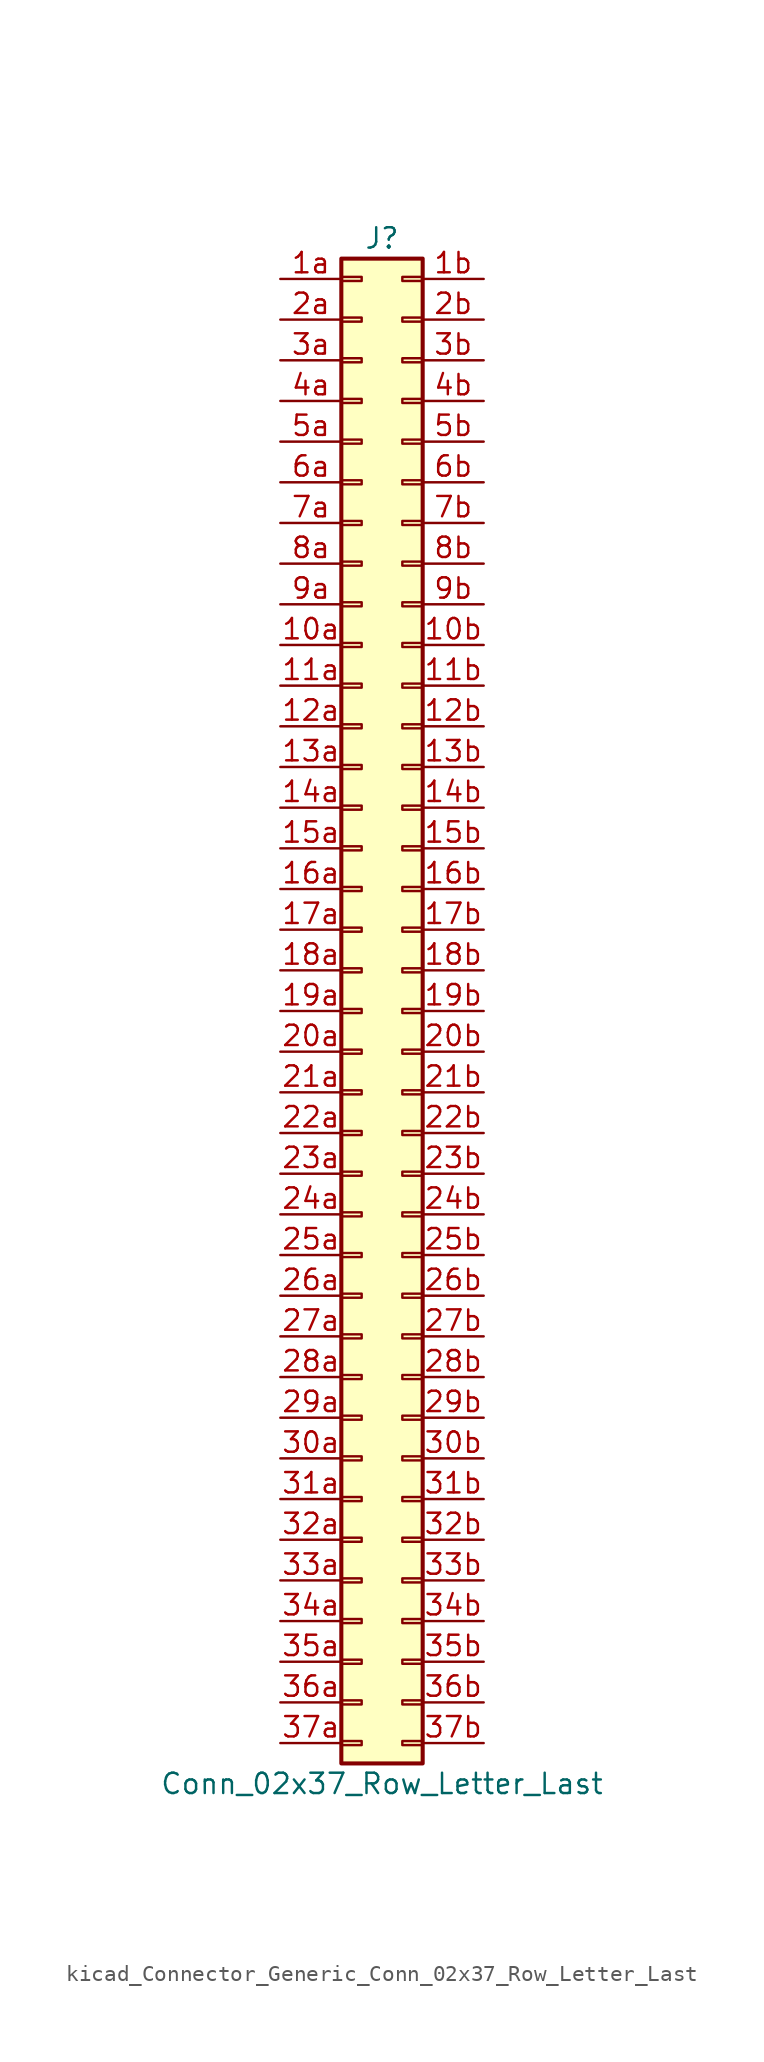
<source format=kicad_sym>
(kicad_symbol_lib
  (version 20220914)
  (generator kicad_symbol_editor)
  (symbol "kicad_Connector_Generic_Conn_02x37_Row_Letter_Last"
    (pin_names
      (offset 1.016) hide)
    (property "Reference" "J"
      (at 1.27 48.26 0)
      (effects (font (size 1.27 1.27))))
    (property "Value" "Conn_02x37_Row_Letter_Last"
      (at 1.27 -48.26 0)
      (effects (font (size 1.27 1.27))))
    (symbol "kicad_Connector_Generic_Conn_02x37_Row_Letter_Last_1_1"
      (rectangle (start -1.27 -45.593) (end 0 -45.847) (stroke (width 0.152) (type default)) (fill (type none)))
      (rectangle (start -1.27 -43.053) (end 0 -43.307) (stroke (width 0.152) (type default)) (fill (type none)))
      (rectangle (start -1.27 -40.513) (end 0 -40.767) (stroke (width 0.152) (type default)) (fill (type none)))
      (rectangle (start -1.27 -37.973) (end 0 -38.227) (stroke (width 0.152) (type default)) (fill (type none)))
      (rectangle (start -1.27 -35.433) (end 0 -35.687) (stroke (width 0.152) (type default)) (fill (type none)))
      (rectangle (start -1.27 -32.893) (end 0 -33.147) (stroke (width 0.152) (type default)) (fill (type none)))
      (rectangle (start -1.27 -30.353) (end 0 -30.607) (stroke (width 0.152) (type default)) (fill (type none)))
      (rectangle (start -1.27 -27.813) (end 0 -28.067) (stroke (width 0.152) (type default)) (fill (type none)))
      (rectangle (start -1.27 -25.273) (end 0 -25.527) (stroke (width 0.152) (type default)) (fill (type none)))
      (rectangle (start -1.27 -22.733) (end 0 -22.987) (stroke (width 0.152) (type default)) (fill (type none)))
      (rectangle (start -1.27 -20.193) (end 0 -20.447) (stroke (width 0.152) (type default)) (fill (type none)))
      (rectangle (start -1.27 -17.653) (end 0 -17.907) (stroke (width 0.152) (type default)) (fill (type none)))
      (rectangle (start -1.27 -15.113) (end 0 -15.367) (stroke (width 0.152) (type default)) (fill (type none)))
      (rectangle (start -1.27 -12.573) (end 0 -12.827) (stroke (width 0.152) (type default)) (fill (type none)))
      (rectangle (start -1.27 -10.033) (end 0 -10.287) (stroke (width 0.152) (type default)) (fill (type none)))
      (rectangle (start -1.27 -7.493) (end 0 -7.747) (stroke (width 0.152) (type default)) (fill (type none)))
      (rectangle (start -1.27 -4.953) (end 0 -5.207) (stroke (width 0.152) (type default)) (fill (type none)))
      (rectangle (start -1.27 -2.413) (end 0 -2.667) (stroke (width 0.152) (type default)) (fill (type none)))
      (rectangle (start -1.27 0.127) (end 0 -0.127) (stroke (width 0.152) (type default)) (fill (type none)))
      (rectangle (start -1.27 2.667) (end 0 2.413) (stroke (width 0.152) (type default)) (fill (type none)))
      (rectangle (start -1.27 5.207) (end 0 4.953) (stroke (width 0.152) (type default)) (fill (type none)))
      (rectangle (start -1.27 7.747) (end 0 7.493) (stroke (width 0.152) (type default)) (fill (type none)))
      (rectangle (start -1.27 10.287) (end 0 10.033) (stroke (width 0.152) (type default)) (fill (type none)))
      (rectangle (start -1.27 12.827) (end 0 12.573) (stroke (width 0.152) (type default)) (fill (type none)))
      (rectangle (start -1.27 15.367) (end 0 15.113) (stroke (width 0.152) (type default)) (fill (type none)))
      (rectangle (start -1.27 17.907) (end 0 17.653) (stroke (width 0.152) (type default)) (fill (type none)))
      (rectangle (start -1.27 20.447) (end 0 20.193) (stroke (width 0.152) (type default)) (fill (type none)))
      (rectangle (start -1.27 22.987) (end 0 22.733) (stroke (width 0.152) (type default)) (fill (type none)))
      (rectangle (start -1.27 25.527) (end 0 25.273) (stroke (width 0.152) (type default)) (fill (type none)))
      (rectangle (start -1.27 28.067) (end 0 27.813) (stroke (width 0.152) (type default)) (fill (type none)))
      (rectangle (start -1.27 30.607) (end 0 30.353) (stroke (width 0.152) (type default)) (fill (type none)))
      (rectangle (start -1.27 33.147) (end 0 32.893) (stroke (width 0.152) (type default)) (fill (type none)))
      (rectangle (start -1.27 35.687) (end 0 35.433) (stroke (width 0.152) (type default)) (fill (type none)))
      (rectangle (start -1.27 38.227) (end 0 37.973) (stroke (width 0.152) (type default)) (fill (type none)))
      (rectangle (start -1.27 40.767) (end 0 40.513) (stroke (width 0.152) (type default)) (fill (type none)))
      (rectangle (start -1.27 43.307) (end 0 43.053) (stroke (width 0.152) (type default)) (fill (type none)))
      (rectangle (start -1.27 45.847) (end 0 45.593) (stroke (width 0.152) (type default)) (fill (type none)))
      (rectangle (start -1.27 46.99) (end 3.81 -46.99) (stroke (width 0.254) (type default)) (fill (type background)))
      (rectangle (start 3.81 -45.593) (end 2.54 -45.847) (stroke (width 0.152) (type default)) (fill (type none)))
      (rectangle (start 3.81 -43.053) (end 2.54 -43.307) (stroke (width 0.152) (type default)) (fill (type none)))
      (rectangle (start 3.81 -40.513) (end 2.54 -40.767) (stroke (width 0.152) (type default)) (fill (type none)))
      (rectangle (start 3.81 -37.973) (end 2.54 -38.227) (stroke (width 0.152) (type default)) (fill (type none)))
      (rectangle (start 3.81 -35.433) (end 2.54 -35.687) (stroke (width 0.152) (type default)) (fill (type none)))
      (rectangle (start 3.81 -32.893) (end 2.54 -33.147) (stroke (width 0.152) (type default)) (fill (type none)))
      (rectangle (start 3.81 -30.353) (end 2.54 -30.607) (stroke (width 0.152) (type default)) (fill (type none)))
      (rectangle (start 3.81 -27.813) (end 2.54 -28.067) (stroke (width 0.152) (type default)) (fill (type none)))
      (rectangle (start 3.81 -25.273) (end 2.54 -25.527) (stroke (width 0.152) (type default)) (fill (type none)))
      (rectangle (start 3.81 -22.733) (end 2.54 -22.987) (stroke (width 0.152) (type default)) (fill (type none)))
      (rectangle (start 3.81 -20.193) (end 2.54 -20.447) (stroke (width 0.152) (type default)) (fill (type none)))
      (rectangle (start 3.81 -17.653) (end 2.54 -17.907) (stroke (width 0.152) (type default)) (fill (type none)))
      (rectangle (start 3.81 -15.113) (end 2.54 -15.367) (stroke (width 0.152) (type default)) (fill (type none)))
      (rectangle (start 3.81 -12.573) (end 2.54 -12.827) (stroke (width 0.152) (type default)) (fill (type none)))
      (rectangle (start 3.81 -10.033) (end 2.54 -10.287) (stroke (width 0.152) (type default)) (fill (type none)))
      (rectangle (start 3.81 -7.493) (end 2.54 -7.747) (stroke (width 0.152) (type default)) (fill (type none)))
      (rectangle (start 3.81 -4.953) (end 2.54 -5.207) (stroke (width 0.152) (type default)) (fill (type none)))
      (rectangle (start 3.81 -2.413) (end 2.54 -2.667) (stroke (width 0.152) (type default)) (fill (type none)))
      (rectangle (start 3.81 0.127) (end 2.54 -0.127) (stroke (width 0.152) (type default)) (fill (type none)))
      (rectangle (start 3.81 2.667) (end 2.54 2.413) (stroke (width 0.152) (type default)) (fill (type none)))
      (rectangle (start 3.81 5.207) (end 2.54 4.953) (stroke (width 0.152) (type default)) (fill (type none)))
      (rectangle (start 3.81 7.747) (end 2.54 7.493) (stroke (width 0.152) (type default)) (fill (type none)))
      (rectangle (start 3.81 10.287) (end 2.54 10.033) (stroke (width 0.152) (type default)) (fill (type none)))
      (rectangle (start 3.81 12.827) (end 2.54 12.573) (stroke (width 0.152) (type default)) (fill (type none)))
      (rectangle (start 3.81 15.367) (end 2.54 15.113) (stroke (width 0.152) (type default)) (fill (type none)))
      (rectangle (start 3.81 17.907) (end 2.54 17.653) (stroke (width 0.152) (type default)) (fill (type none)))
      (rectangle (start 3.81 20.447) (end 2.54 20.193) (stroke (width 0.152) (type default)) (fill (type none)))
      (rectangle (start 3.81 22.987) (end 2.54 22.733) (stroke (width 0.152) (type default)) (fill (type none)))
      (rectangle (start 3.81 25.527) (end 2.54 25.273) (stroke (width 0.152) (type default)) (fill (type none)))
      (rectangle (start 3.81 28.067) (end 2.54 27.813) (stroke (width 0.152) (type default)) (fill (type none)))
      (rectangle (start 3.81 30.607) (end 2.54 30.353) (stroke (width 0.152) (type default)) (fill (type none)))
      (rectangle (start 3.81 33.147) (end 2.54 32.893) (stroke (width 0.152) (type default)) (fill (type none)))
      (rectangle (start 3.81 35.687) (end 2.54 35.433) (stroke (width 0.152) (type default)) (fill (type none)))
      (rectangle (start 3.81 38.227) (end 2.54 37.973) (stroke (width 0.152) (type default)) (fill (type none)))
      (rectangle (start 3.81 40.767) (end 2.54 40.513) (stroke (width 0.152) (type default)) (fill (type none)))
      (rectangle (start 3.81 43.307) (end 2.54 43.053) (stroke (width 0.152) (type default)) (fill (type none)))
      (rectangle (start 3.81 45.847) (end 2.54 45.593) (stroke (width 0.152) (type default)) (fill (type none)))
      (pin passive line (at -5.08 22.86 0) (length 3.81) (name "Pin_10a" (effects (font (size 1.27 1.27)))) (number "10a" (effects (font (size 1.27 1.27)))))
      (pin passive line (at 7.62 22.86 180) (length 3.81) (name "Pin_10b" (effects (font (size 1.27 1.27)))) (number "10b" (effects (font (size 1.27 1.27)))))
      (pin passive line (at -5.08 20.32 0) (length 3.81) (name "Pin_11a" (effects (font (size 1.27 1.27)))) (number "11a" (effects (font (size 1.27 1.27)))))
      (pin passive line (at 7.62 20.32 180) (length 3.81) (name "Pin_11b" (effects (font (size 1.27 1.27)))) (number "11b" (effects (font (size 1.27 1.27)))))
      (pin passive line (at -5.08 17.78 0) (length 3.81) (name "Pin_12a" (effects (font (size 1.27 1.27)))) (number "12a" (effects (font (size 1.27 1.27)))))
      (pin passive line (at 7.62 17.78 180) (length 3.81) (name "Pin_12b" (effects (font (size 1.27 1.27)))) (number "12b" (effects (font (size 1.27 1.27)))))
      (pin passive line (at -5.08 15.24 0) (length 3.81) (name "Pin_13a" (effects (font (size 1.27 1.27)))) (number "13a" (effects (font (size 1.27 1.27)))))
      (pin passive line (at 7.62 15.24 180) (length 3.81) (name "Pin_13b" (effects (font (size 1.27 1.27)))) (number "13b" (effects (font (size 1.27 1.27)))))
      (pin passive line (at -5.08 12.7 0) (length 3.81) (name "Pin_14a" (effects (font (size 1.27 1.27)))) (number "14a" (effects (font (size 1.27 1.27)))))
      (pin passive line (at 7.62 12.7 180) (length 3.81) (name "Pin_14b" (effects (font (size 1.27 1.27)))) (number "14b" (effects (font (size 1.27 1.27)))))
      (pin passive line (at -5.08 10.16 0) (length 3.81) (name "Pin_15a" (effects (font (size 1.27 1.27)))) (number "15a" (effects (font (size 1.27 1.27)))))
      (pin passive line (at 7.62 10.16 180) (length 3.81) (name "Pin_15b" (effects (font (size 1.27 1.27)))) (number "15b" (effects (font (size 1.27 1.27)))))
      (pin passive line (at -5.08 7.62 0) (length 3.81) (name "Pin_16a" (effects (font (size 1.27 1.27)))) (number "16a" (effects (font (size 1.27 1.27)))))
      (pin passive line (at 7.62 7.62 180) (length 3.81) (name "Pin_16b" (effects (font (size 1.27 1.27)))) (number "16b" (effects (font (size 1.27 1.27)))))
      (pin passive line (at -5.08 5.08 0) (length 3.81) (name "Pin_17a" (effects (font (size 1.27 1.27)))) (number "17a" (effects (font (size 1.27 1.27)))))
      (pin passive line (at 7.62 5.08 180) (length 3.81) (name "Pin_17b" (effects (font (size 1.27 1.27)))) (number "17b" (effects (font (size 1.27 1.27)))))
      (pin passive line (at -5.08 2.54 0) (length 3.81) (name "Pin_18a" (effects (font (size 1.27 1.27)))) (number "18a" (effects (font (size 1.27 1.27)))))
      (pin passive line (at 7.62 2.54 180) (length 3.81) (name "Pin_18b" (effects (font (size 1.27 1.27)))) (number "18b" (effects (font (size 1.27 1.27)))))
      (pin passive line (at -5.08 0 0) (length 3.81) (name "Pin_19a" (effects (font (size 1.27 1.27)))) (number "19a" (effects (font (size 1.27 1.27)))))
      (pin passive line (at 7.62 0 180) (length 3.81) (name "Pin_19b" (effects (font (size 1.27 1.27)))) (number "19b" (effects (font (size 1.27 1.27)))))
      (pin passive line (at -5.08 45.72 0) (length 3.81) (name "Pin_1a" (effects (font (size 1.27 1.27)))) (number "1a" (effects (font (size 1.27 1.27)))))
      (pin passive line (at 7.62 45.72 180) (length 3.81) (name "Pin_1b" (effects (font (size 1.27 1.27)))) (number "1b" (effects (font (size 1.27 1.27)))))
      (pin passive line (at -5.08 -2.54 0) (length 3.81) (name "Pin_20a" (effects (font (size 1.27 1.27)))) (number "20a" (effects (font (size 1.27 1.27)))))
      (pin passive line (at 7.62 -2.54 180) (length 3.81) (name "Pin_20b" (effects (font (size 1.27 1.27)))) (number "20b" (effects (font (size 1.27 1.27)))))
      (pin passive line (at -5.08 -5.08 0) (length 3.81) (name "Pin_21a" (effects (font (size 1.27 1.27)))) (number "21a" (effects (font (size 1.27 1.27)))))
      (pin passive line (at 7.62 -5.08 180) (length 3.81) (name "Pin_21b" (effects (font (size 1.27 1.27)))) (number "21b" (effects (font (size 1.27 1.27)))))
      (pin passive line (at -5.08 -7.62 0) (length 3.81) (name "Pin_22a" (effects (font (size 1.27 1.27)))) (number "22a" (effects (font (size 1.27 1.27)))))
      (pin passive line (at 7.62 -7.62 180) (length 3.81) (name "Pin_22b" (effects (font (size 1.27 1.27)))) (number "22b" (effects (font (size 1.27 1.27)))))
      (pin passive line (at -5.08 -10.16 0) (length 3.81) (name "Pin_23a" (effects (font (size 1.27 1.27)))) (number "23a" (effects (font (size 1.27 1.27)))))
      (pin passive line (at 7.62 -10.16 180) (length 3.81) (name "Pin_23b" (effects (font (size 1.27 1.27)))) (number "23b" (effects (font (size 1.27 1.27)))))
      (pin passive line (at -5.08 -12.7 0) (length 3.81) (name "Pin_24a" (effects (font (size 1.27 1.27)))) (number "24a" (effects (font (size 1.27 1.27)))))
      (pin passive line (at 7.62 -12.7 180) (length 3.81) (name "Pin_24b" (effects (font (size 1.27 1.27)))) (number "24b" (effects (font (size 1.27 1.27)))))
      (pin passive line (at -5.08 -15.24 0) (length 3.81) (name "Pin_25a" (effects (font (size 1.27 1.27)))) (number "25a" (effects (font (size 1.27 1.27)))))
      (pin passive line (at 7.62 -15.24 180) (length 3.81) (name "Pin_25b" (effects (font (size 1.27 1.27)))) (number "25b" (effects (font (size 1.27 1.27)))))
      (pin passive line (at -5.08 -17.78 0) (length 3.81) (name "Pin_26a" (effects (font (size 1.27 1.27)))) (number "26a" (effects (font (size 1.27 1.27)))))
      (pin passive line (at 7.62 -17.78 180) (length 3.81) (name "Pin_26b" (effects (font (size 1.27 1.27)))) (number "26b" (effects (font (size 1.27 1.27)))))
      (pin passive line (at -5.08 -20.32 0) (length 3.81) (name "Pin_27a" (effects (font (size 1.27 1.27)))) (number "27a" (effects (font (size 1.27 1.27)))))
      (pin passive line (at 7.62 -20.32 180) (length 3.81) (name "Pin_27b" (effects (font (size 1.27 1.27)))) (number "27b" (effects (font (size 1.27 1.27)))))
      (pin passive line (at -5.08 -22.86 0) (length 3.81) (name "Pin_28a" (effects (font (size 1.27 1.27)))) (number "28a" (effects (font (size 1.27 1.27)))))
      (pin passive line (at 7.62 -22.86 180) (length 3.81) (name "Pin_28b" (effects (font (size 1.27 1.27)))) (number "28b" (effects (font (size 1.27 1.27)))))
      (pin passive line (at -5.08 -25.4 0) (length 3.81) (name "Pin_29a" (effects (font (size 1.27 1.27)))) (number "29a" (effects (font (size 1.27 1.27)))))
      (pin passive line (at 7.62 -25.4 180) (length 3.81) (name "Pin_29b" (effects (font (size 1.27 1.27)))) (number "29b" (effects (font (size 1.27 1.27)))))
      (pin passive line (at -5.08 43.18 0) (length 3.81) (name "Pin_2a" (effects (font (size 1.27 1.27)))) (number "2a" (effects (font (size 1.27 1.27)))))
      (pin passive line (at 7.62 43.18 180) (length 3.81) (name "Pin_2b" (effects (font (size 1.27 1.27)))) (number "2b" (effects (font (size 1.27 1.27)))))
      (pin passive line (at -5.08 -27.94 0) (length 3.81) (name "Pin_30a" (effects (font (size 1.27 1.27)))) (number "30a" (effects (font (size 1.27 1.27)))))
      (pin passive line (at 7.62 -27.94 180) (length 3.81) (name "Pin_30b" (effects (font (size 1.27 1.27)))) (number "30b" (effects (font (size 1.27 1.27)))))
      (pin passive line (at -5.08 -30.48 0) (length 3.81) (name "Pin_31a" (effects (font (size 1.27 1.27)))) (number "31a" (effects (font (size 1.27 1.27)))))
      (pin passive line (at 7.62 -30.48 180) (length 3.81) (name "Pin_31b" (effects (font (size 1.27 1.27)))) (number "31b" (effects (font (size 1.27 1.27)))))
      (pin passive line (at -5.08 -33.02 0) (length 3.81) (name "Pin_32a" (effects (font (size 1.27 1.27)))) (number "32a" (effects (font (size 1.27 1.27)))))
      (pin passive line (at 7.62 -33.02 180) (length 3.81) (name "Pin_32b" (effects (font (size 1.27 1.27)))) (number "32b" (effects (font (size 1.27 1.27)))))
      (pin passive line (at -5.08 -35.56 0) (length 3.81) (name "Pin_33a" (effects (font (size 1.27 1.27)))) (number "33a" (effects (font (size 1.27 1.27)))))
      (pin passive line (at 7.62 -35.56 180) (length 3.81) (name "Pin_33b" (effects (font (size 1.27 1.27)))) (number "33b" (effects (font (size 1.27 1.27)))))
      (pin passive line (at -5.08 -38.1 0) (length 3.81) (name "Pin_34a" (effects (font (size 1.27 1.27)))) (number "34a" (effects (font (size 1.27 1.27)))))
      (pin passive line (at 7.62 -38.1 180) (length 3.81) (name "Pin_34b" (effects (font (size 1.27 1.27)))) (number "34b" (effects (font (size 1.27 1.27)))))
      (pin passive line (at -5.08 -40.64 0) (length 3.81) (name "Pin_35a" (effects (font (size 1.27 1.27)))) (number "35a" (effects (font (size 1.27 1.27)))))
      (pin passive line (at 7.62 -40.64 180) (length 3.81) (name "Pin_35b" (effects (font (size 1.27 1.27)))) (number "35b" (effects (font (size 1.27 1.27)))))
      (pin passive line (at -5.08 -43.18 0) (length 3.81) (name "Pin_36a" (effects (font (size 1.27 1.27)))) (number "36a" (effects (font (size 1.27 1.27)))))
      (pin passive line (at 7.62 -43.18 180) (length 3.81) (name "Pin_36b" (effects (font (size 1.27 1.27)))) (number "36b" (effects (font (size 1.27 1.27)))))
      (pin passive line (at -5.08 -45.72 0) (length 3.81) (name "Pin_37a" (effects (font (size 1.27 1.27)))) (number "37a" (effects (font (size 1.27 1.27)))))
      (pin passive line (at 7.62 -45.72 180) (length 3.81) (name "Pin_37b" (effects (font (size 1.27 1.27)))) (number "37b" (effects (font (size 1.27 1.27)))))
      (pin passive line (at -5.08 40.64 0) (length 3.81) (name "Pin_3a" (effects (font (size 1.27 1.27)))) (number "3a" (effects (font (size 1.27 1.27)))))
      (pin passive line (at 7.62 40.64 180) (length 3.81) (name "Pin_3b" (effects (font (size 1.27 1.27)))) (number "3b" (effects (font (size 1.27 1.27)))))
      (pin passive line (at -5.08 38.1 0) (length 3.81) (name "Pin_4a" (effects (font (size 1.27 1.27)))) (number "4a" (effects (font (size 1.27 1.27)))))
      (pin passive line (at 7.62 38.1 180) (length 3.81) (name "Pin_4b" (effects (font (size 1.27 1.27)))) (number "4b" (effects (font (size 1.27 1.27)))))
      (pin passive line (at -5.08 35.56 0) (length 3.81) (name "Pin_5a" (effects (font (size 1.27 1.27)))) (number "5a" (effects (font (size 1.27 1.27)))))
      (pin passive line (at 7.62 35.56 180) (length 3.81) (name "Pin_5b" (effects (font (size 1.27 1.27)))) (number "5b" (effects (font (size 1.27 1.27)))))
      (pin passive line (at -5.08 33.02 0) (length 3.81) (name "Pin_6a" (effects (font (size 1.27 1.27)))) (number "6a" (effects (font (size 1.27 1.27)))))
      (pin passive line (at 7.62 33.02 180) (length 3.81) (name "Pin_6b" (effects (font (size 1.27 1.27)))) (number "6b" (effects (font (size 1.27 1.27)))))
      (pin passive line (at -5.08 30.48 0) (length 3.81) (name "Pin_7a" (effects (font (size 1.27 1.27)))) (number "7a" (effects (font (size 1.27 1.27)))))
      (pin passive line (at 7.62 30.48 180) (length 3.81) (name "Pin_7b" (effects (font (size 1.27 1.27)))) (number "7b" (effects (font (size 1.27 1.27)))))
      (pin passive line (at -5.08 27.94 0) (length 3.81) (name "Pin_8a" (effects (font (size 1.27 1.27)))) (number "8a" (effects (font (size 1.27 1.27)))))
      (pin passive line (at 7.62 27.94 180) (length 3.81) (name "Pin_8b" (effects (font (size 1.27 1.27)))) (number "8b" (effects (font (size 1.27 1.27)))))
      (pin passive line (at -5.08 25.4 0) (length 3.81) (name "Pin_9a" (effects (font (size 1.27 1.27)))) (number "9a" (effects (font (size 1.27 1.27)))))
      (pin passive line (at 7.62 25.4 180) (length 3.81) (name "Pin_9b" (effects (font (size 1.27 1.27)))) (number "9b" (effects (font (size 1.27 1.27))))))))
</source>
